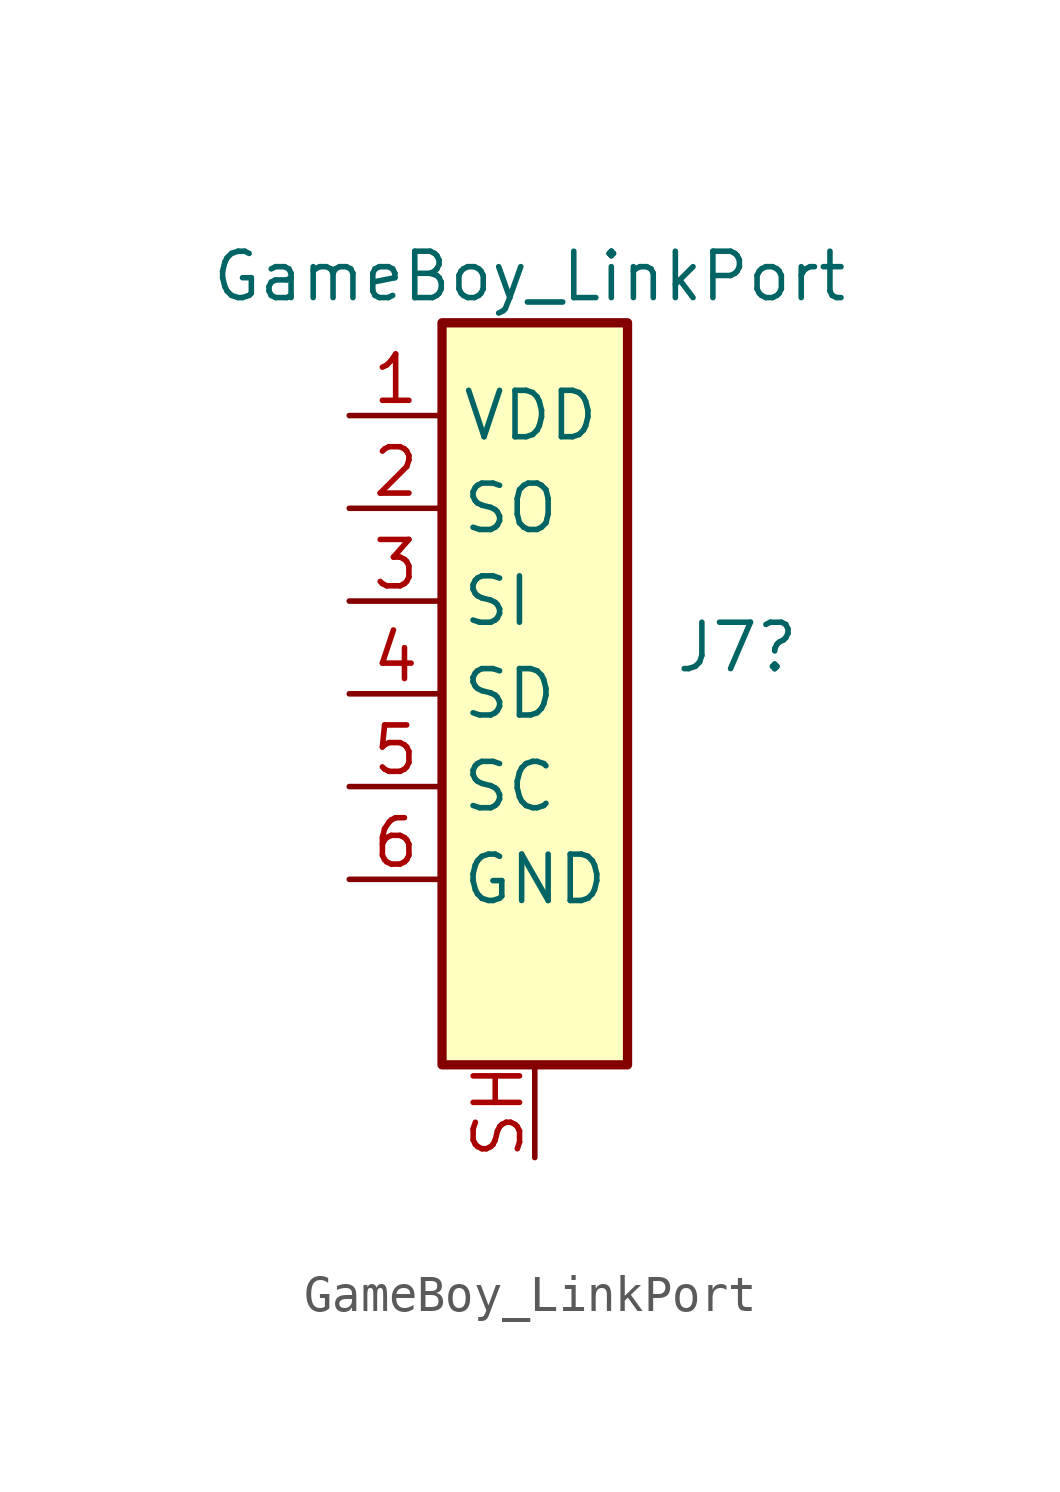
<source format=kicad_sym>
(kicad_symbol_lib
  (version 20211014)
  (generator kicad_symbol_editor)
  (symbol "GameBoy_LinkPort"
    (property "Reference" "J7"
      (at 3.81 1.27 0)
      (effects (font (size 1.27 1.27)) (justify left)))
    (property "Value" "GameBoy_LinkPort"
      (at -8.89 11.43 0)
      (effects (font (size 1.27 1.27)) (justify left)))
    (symbol "GameBoy_LinkPort_0_1"
      (rectangle (start -2.54 10.16) (end 2.54 -10.16) (stroke (width 0.254) (type default) (color 0 0 0 0)) (fill (type background))))
    (symbol "GameBoy_LinkPort_1_1"
      (pin passive line (at -5.08 7.62 0) (length 2.54) (name "VDD" (effects (font (size 1.27 1.27)))) (number "1" (effects (font (size 1.27 1.27)))))
      (pin passive line (at -5.08 5.08 0) (length 2.54) (name "SO" (effects (font (size 1.27 1.27)))) (number "2" (effects (font (size 1.27 1.27)))))
      (pin passive line (at -5.08 2.54 0) (length 2.54) (name "SI" (effects (font (size 1.27 1.27)))) (number "3" (effects (font (size 1.27 1.27)))))
      (pin passive line (at -5.08 0 0) (length 2.54) (name "SD" (effects (font (size 1.27 1.27)))) (number "4" (effects (font (size 1.27 1.27)))))
      (pin passive line (at -5.08 -2.54 0) (length 2.54) (name "SC" (effects (font (size 1.27 1.27)))) (number "5" (effects (font (size 1.27 1.27)))))
      (pin passive line (at -5.08 -5.08 0) (length 2.54) (name "GND" (effects (font (size 1.27 1.27)))) (number "6" (effects (font (size 1.27 1.27)))))
      (pin passive line (at 0 -12.7 90) (length 2.54) (name "~" (effects (font (size 1.27 1.27)))) (number "SH" (effects (font (size 1.27 1.27))))))))
</source>
